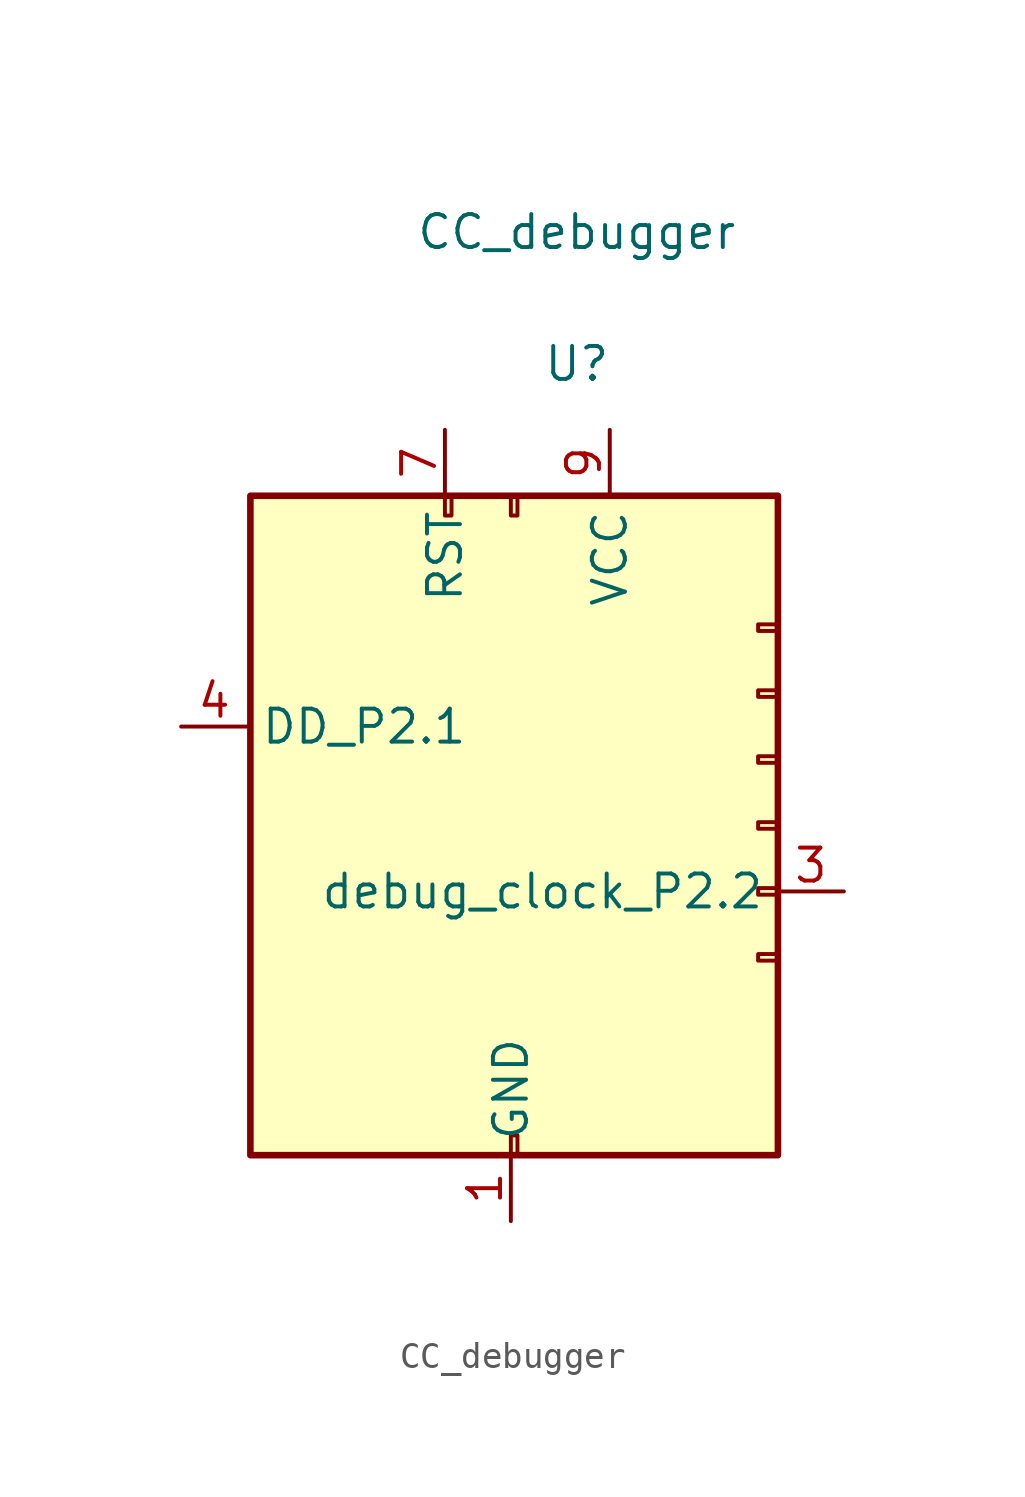
<source format=kicad_sym>
(kicad_symbol_lib
  (version 20211014)
  (generator kicad_symbol_editor)
  (symbol "CC_debugger"
    (property "Reference" "U"
      (at 0 0 0)
      (effects (font (size 1.27 1.27))))
    (property "Value" "CC_debugger"
      (at 0 5.08 0)
      (effects (font (size 1.27 1.27))))
    (symbol "CC_debugger_0_1"
      (rectangle (start -5.08 -5.08) (end -4.826 -5.842) (stroke (width 0) (type default) (color 0 0 0 0)) (fill (type none)))
      (rectangle (start -2.54 -29.718) (end -2.286 -30.48) (stroke (width 0) (type default) (color 0 0 0 0)) (fill (type none)))
      (rectangle (start -2.54 -5.08) (end -2.286 -5.842) (stroke (width 0) (type default) (color 0 0 0 0)) (fill (type none)))
      (rectangle (start 7.747 -22.733) (end 6.985 -22.987) (stroke (width 0) (type default) (color 0 0 0 0)) (fill (type none)))
      (rectangle (start 7.747 -20.193) (end 6.985 -20.447) (stroke (width 0) (type default) (color 0 0 0 0)) (fill (type none)))
      (rectangle (start 7.747 -17.653) (end 6.985 -17.907) (stroke (width 0) (type default) (color 0 0 0 0)) (fill (type none)))
      (rectangle (start 7.747 -15.113) (end 6.985 -15.367) (stroke (width 0) (type default) (color 0 0 0 0)) (fill (type none)))
      (rectangle (start 7.747 -12.573) (end 6.985 -12.827) (stroke (width 0) (type default) (color 0 0 0 0)) (fill (type none)))
      (rectangle (start 7.747 -10.033) (end 6.985 -10.287) (stroke (width 0) (type default) (color 0 0 0 0)) (fill (type none)))
      (rectangle (start 7.747 -5.08) (end -12.573 -30.48) (stroke (width 0.254) (type default) (color 0 0 0 0)) (fill (type background))))
    (symbol "CC_debugger_1_1"
      (pin input line (at -2.54 -33.02 90) (length 2.54) (name "GND" (effects (font (size 1.27 1.27)))) (number "1" (effects (font (size 1.27 1.27)))))
      (pin bidirectional line (at 10.287 -20.32 180) (length 2.54) (name "debug_clock_P2.2" (effects (font (size 1.27 1.27)))) (number "3" (effects (font (size 1.27 1.27)))))
      (pin bidirectional line (at -15.24 -13.97 0) (length 2.54) (name "DD_P2.1" (effects (font (size 1.27 1.27)))) (number "4" (effects (font (size 1.27 1.27)))))
      (pin input line (at -5.08 -2.54 270) (length 2.54) (name "RST" (effects (font (size 1.27 1.27)))) (number "7" (effects (font (size 1.27 1.27)))))
      (pin input line (at 1.27 -2.54 270) (length 2.54) (name "VCC" (effects (font (size 1.27 1.27)))) (number "9" (effects (font (size 1.27 1.27))))))))
</source>
